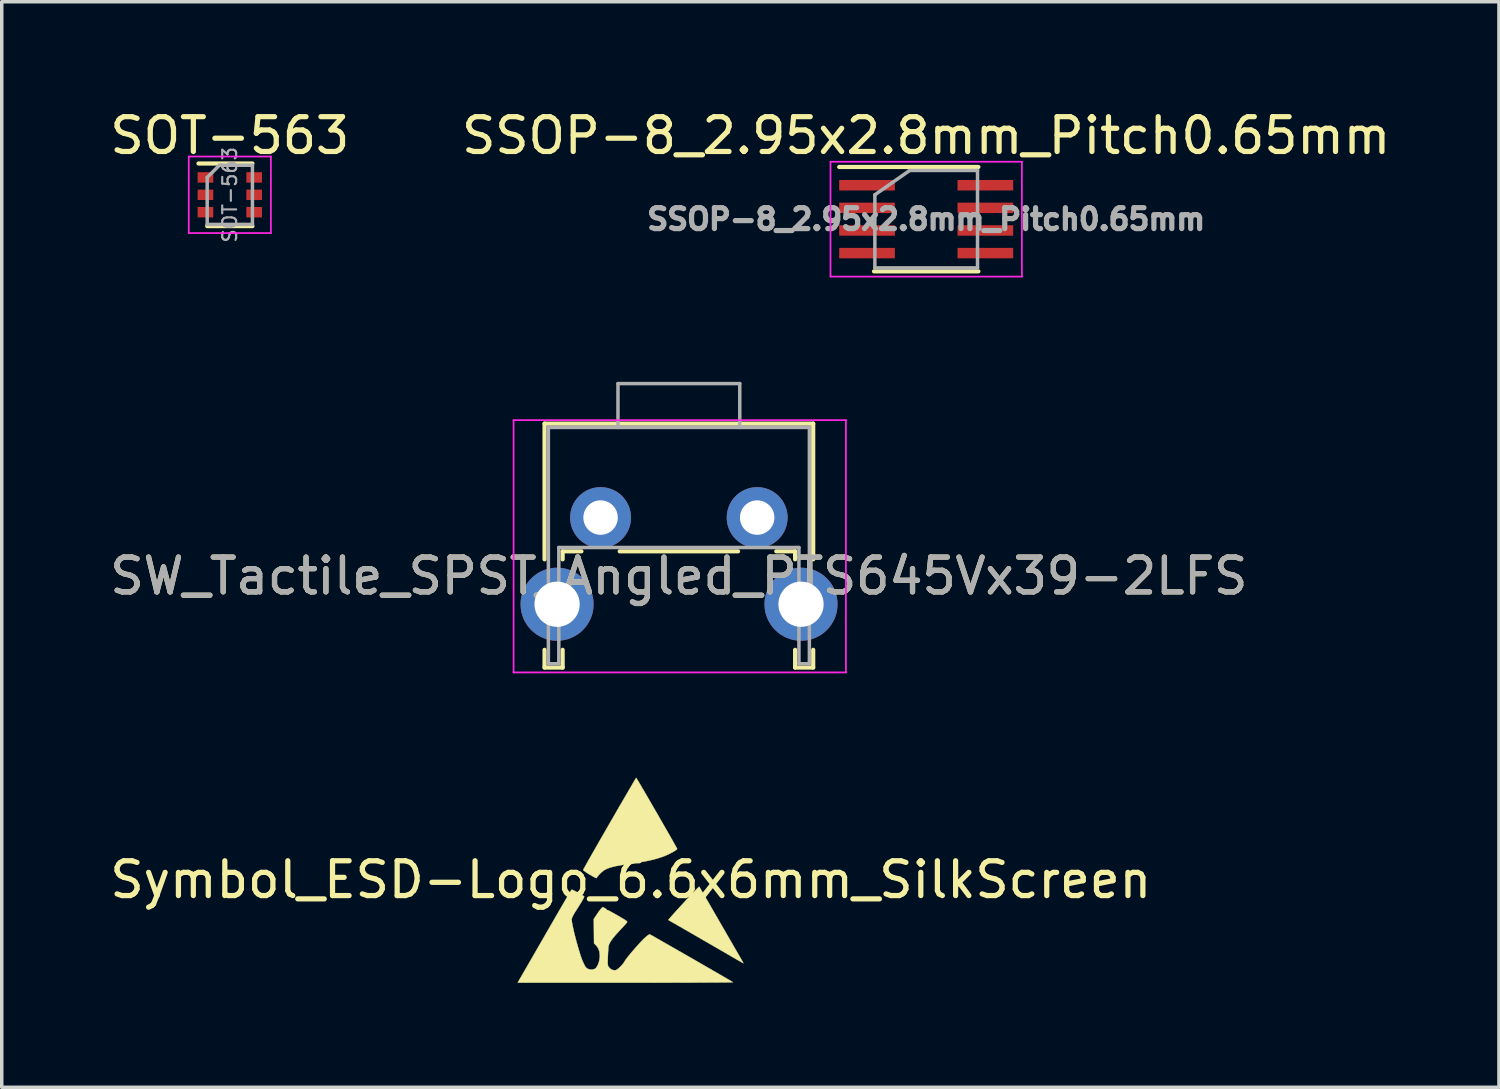
<source format=kicad_pcb>
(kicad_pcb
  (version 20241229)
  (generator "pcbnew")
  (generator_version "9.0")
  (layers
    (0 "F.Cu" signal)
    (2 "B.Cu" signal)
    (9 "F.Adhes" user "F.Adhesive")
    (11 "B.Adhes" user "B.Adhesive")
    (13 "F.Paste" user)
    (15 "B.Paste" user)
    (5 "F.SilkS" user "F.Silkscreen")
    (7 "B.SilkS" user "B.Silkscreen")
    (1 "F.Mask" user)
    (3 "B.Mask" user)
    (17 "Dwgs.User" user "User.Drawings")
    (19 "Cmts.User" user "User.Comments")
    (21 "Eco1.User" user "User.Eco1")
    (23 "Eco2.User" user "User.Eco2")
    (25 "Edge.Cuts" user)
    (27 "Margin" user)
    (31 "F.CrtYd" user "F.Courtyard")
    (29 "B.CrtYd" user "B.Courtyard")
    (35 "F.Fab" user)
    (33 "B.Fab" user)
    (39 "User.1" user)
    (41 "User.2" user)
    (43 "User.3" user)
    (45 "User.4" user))
  (footprint "Symbol_ESD-Logo_6.6x6mm_SilkScreen"
    (layer "F.Cu")
    (at 15.077 22.23)
    (property "Reference" "Symbol_ESD-Logo_6.6x6mm_SilkScreen" (at 0 0 0) (layer "F.SilkS") (effects (font (size 1 1) (thickness 0.15))))
    (attr exclude_from_pos_files exclude_from_bom)
    (fp_poly (pts (xy 1.988 0.235) (xy 1.999 0.254) (xy 2.024 0.297) (xy 2.063 0.364) (xy 2.113 0.45) (xy 2.174 0.555) (xy 2.244 0.675) (xy 2.321 0.809) (xy 2.405 0.955) (xy 2.495 1.11) (xy 2.587 1.27) (xy 2.681 1.433) (xy 2.771 1.59) (xy 2.857 1.738) (xy 2.936 1.874) (xy 3.007 1.998) (xy 3.069 2.105) (xy 3.121 2.195) (xy 3.161 2.265) (xy 3.189 2.313) (xy 3.202 2.335) (xy 3.223 2.372) (xy 3.234 2.396) (xy 3.235 2.4) (xy 3.221 2.392) (xy 3.182 2.37) (xy 3.12 2.335) (xy 3.038 2.288) (xy 2.937 2.23) (xy 2.82 2.162) (xy 2.688 2.085) (xy 2.543 2.002) (xy 2.387 1.912) (xy 2.223 1.817) (xy 2.161 1.781) (xy 1.993 1.684) (xy 1.834 1.592) (xy 1.684 1.505) (xy 1.546 1.426) (xy 1.422 1.354) (xy 1.314 1.292) (xy 1.223 1.24) (xy 1.153 1.2) (xy 1.104 1.172) (xy 1.08 1.158) (xy 1.077 1.157) (xy 1.085 1.145) (xy 1.111 1.114) (xy 1.153 1.066) (xy 1.208 1.004) (xy 1.274 0.93) (xy 1.347 0.849) (xy 1.426 0.763) (xy 1.508 0.674) (xy 1.589 0.586) (xy 1.668 0.502) (xy 1.741 0.423) (xy 1.807 0.354) (xy 1.862 0.298) (xy 1.903 0.256) (xy 1.917 0.242) (xy 1.964 0.198) (xy 1.988 0.235)) (stroke (width 0.01) (type solid)) (fill yes) (layer "F.SilkS"))
    (fp_poly (pts (xy 0.164 -2.914) (xy 0.187 -2.877) (xy 0.223 -2.817) (xy 0.269 -2.739) (xy 0.325 -2.643) (xy 0.389 -2.534) (xy 0.46 -2.412) (xy 0.536 -2.282) (xy 0.615 -2.144) (xy 0.697 -2.002) (xy 0.78 -1.859) (xy 0.862 -1.717) (xy 0.942 -1.577) (xy 1.018 -1.444) (xy 1.09 -1.319) (xy 1.155 -1.205) (xy 1.212 -1.105) (xy 1.259 -1.02) (xy 1.296 -0.954) (xy 1.321 -0.909) (xy 1.332 -0.888) (xy 1.332 -0.886) (xy 1.319 -0.868) (xy 1.281 -0.84) (xy 1.224 -0.805) (xy 1.152 -0.766) (xy 1.077 -0.729) (xy 0.975 -0.684) (xy 0.867 -0.644) (xy 0.75 -0.607) (xy 0.621 -0.573) (xy 0.475 -0.541) (xy 0.309 -0.51) (xy 0.119 -0.479) (xy -0.078 -0.45) (xy -0.248 -0.424) (xy -0.391 -0.399) (xy -0.511 -0.372) (xy -0.61 -0.344) (xy -0.693 -0.312) (xy -0.763 -0.275) (xy -0.823 -0.231) (xy -0.878 -0.181) (xy -0.896 -0.162) (xy -0.934 -0.119) (xy -0.962 -0.083) (xy -0.975 -0.062) (xy -0.976 -0.061) (xy -0.98 -0.05) (xy -0.996 -0.05) (xy -1.027 -0.062) (xy -1.075 -0.087) (xy -1.144 -0.126) (xy -1.193 -0.154) (xy -1.264 -0.199) (xy -1.32 -0.237) (xy -1.356 -0.266) (xy -1.369 -0.283) (xy -1.369 -0.283) (xy -1.361 -0.299) (xy -1.339 -0.34) (xy -1.304 -0.402) (xy -1.258 -0.485) (xy -1.201 -0.586) (xy -1.135 -0.702) (xy -1.061 -0.831) (xy -0.98 -0.972) (xy -0.895 -1.122) (xy -0.805 -1.278) (xy -0.713 -1.438) (xy -0.619 -1.601) (xy -0.525 -1.764) (xy -0.432 -1.925) (xy -0.342 -2.082) (xy -0.255 -2.231) (xy -0.173 -2.372) (xy -0.097 -2.502) (xy -0.029 -2.619) (xy 0.03 -2.72) (xy 0.079 -2.804) (xy 0.117 -2.868) (xy 0.143 -2.909) (xy 0.154 -2.927) (xy 0.155 -2.927) (xy 0.164 -2.914)) (stroke (width 0.01) (type solid)) (fill yes) (layer "F.SilkS"))
    (fp_poly (pts (xy -1.678 0.291) (xy -1.645 0.304) (xy -1.596 0.329) (xy -1.525 0.368) (xy -1.519 0.371) (xy -1.454 0.408) (xy -1.398 0.441) (xy -1.359 0.466) (xy -1.34 0.48) (xy -1.339 0.48) (xy -1.344 0.499) (xy -1.365 0.542) (xy -1.4 0.605) (xy -1.449 0.687) (xy -1.509 0.785) (xy -1.581 0.898) (xy -1.599 0.925) (xy -1.645 1.002) (xy -1.679 1.068) (xy -1.697 1.117) (xy -1.699 1.127) (xy -1.698 1.169) (xy -1.689 1.237) (xy -1.672 1.326) (xy -1.649 1.431) (xy -1.622 1.548) (xy -1.59 1.673) (xy -1.556 1.801) (xy -1.52 1.928) (xy -1.484 2.049) (xy -1.449 2.161) (xy -1.416 2.259) (xy -1.385 2.338) (xy -1.364 2.385) (xy -1.34 2.435) (xy -1.316 2.483) (xy -1.315 2.486) (xy -1.276 2.534) (xy -1.22 2.567) (xy -1.154 2.582) (xy -1.088 2.58) (xy -1.029 2.558) (xy -0.996 2.529) (xy -0.948 2.451) (xy -0.913 2.352) (xy -0.894 2.245) (xy -0.891 2.184) (xy -0.902 2.07) (xy -0.934 1.976) (xy -0.989 1.896) (xy -1.006 1.879) (xy -1.057 1.829) (xy -1.061 1.479) (xy -1.064 1.129) (xy -0.975 0.995) (xy -0.933 0.933) (xy -0.893 0.878) (xy -0.86 0.837) (xy -0.846 0.822) (xy -0.806 0.785) (xy -0.751 0.814) (xy -0.717 0.835) (xy -0.698 0.851) (xy -0.697 0.854) (xy -0.684 0.867) (xy -0.662 0.876) (xy -0.641 0.884) (xy -0.608 0.9) (xy -0.562 0.925) (xy -0.498 0.961) (xy -0.415 1.008) (xy -0.309 1.069) (xy -0.252 1.103) (xy -0.184 1.143) (xy -0.14 1.172) (xy -0.115 1.192) (xy -0.106 1.208) (xy -0.107 1.222) (xy -0.109 1.225) (xy -0.125 1.245) (xy -0.158 1.284) (xy -0.205 1.336) (xy -0.262 1.397) (xy -0.311 1.449) (xy -0.425 1.573) (xy -0.514 1.68) (xy -0.579 1.771) (xy -0.621 1.849) (xy -0.635 1.888) (xy -0.641 1.922) (xy -0.647 1.981) (xy -0.652 2.057) (xy -0.657 2.144) (xy -0.659 2.199) (xy -0.663 2.294) (xy -0.664 2.364) (xy -0.663 2.413) (xy -0.66 2.448) (xy -0.653 2.473) (xy -0.644 2.493) (xy -0.636 2.506) (xy -0.592 2.555) (xy -0.534 2.589) (xy -0.474 2.603) (xy -0.429 2.598) (xy -0.388 2.575) (xy -0.337 2.533) (xy -0.283 2.481) (xy -0.233 2.425) (xy -0.194 2.372) (xy -0.179 2.346) (xy -0.158 2.311) (xy -0.118 2.257) (xy -0.065 2.19) (xy -0.001 2.112) (xy 0.07 2.029) (xy 0.144 1.944) (xy 0.218 1.861) (xy 0.288 1.785) (xy 0.35 1.72) (xy 0.399 1.673) (xy 0.454 1.625) (xy 0.5 1.59) (xy 0.532 1.571) (xy 0.542 1.569) (xy 0.559 1.577) (xy 0.6 1.6) (xy 0.663 1.635) (xy 0.745 1.682) (xy 0.845 1.739) (xy 0.96 1.805) (xy 1.088 1.878) (xy 1.226 1.957) (xy 1.372 2.041) (xy 1.524 2.128) (xy 1.679 2.217) (xy 1.835 2.306) (xy 1.989 2.395) (xy 2.139 2.482) (xy 2.284 2.565) (xy 2.42 2.644) (xy 2.545 2.716) (xy 2.656 2.781) (xy 2.753 2.837) (xy 2.831 2.883) (xy 2.889 2.917) (xy 2.924 2.938) (xy 2.934 2.945) (xy 2.92 2.946) (xy 2.877 2.948) (xy 2.806 2.949) (xy 2.708 2.95) (xy 2.584 2.951) (xy 2.437 2.952) (xy 2.268 2.953) (xy 2.078 2.954) (xy 1.868 2.955) (xy 1.64 2.956) (xy 1.396 2.956) (xy 1.137 2.957) (xy 0.864 2.957) (xy 0.579 2.958) (xy 0.282 2.958) (xy -0.023 2.958) (xy -0.151 2.958) (xy -3.251 2.958) (xy -3.03 2.575) (xy -2.983 2.494) (xy -2.923 2.389) (xy -2.851 2.265) (xy -2.77 2.124) (xy -2.682 1.971) (xy -2.588 1.808) (xy -2.491 1.639) (xy -2.392 1.468) (xy -2.294 1.298) (xy -2.269 1.255) (xy -2.179 1.098) (xy -2.093 0.949) (xy -2.012 0.81) (xy -1.938 0.682) (xy -1.872 0.569) (xy -1.816 0.473) (xy -1.77 0.395) (xy -1.736 0.338) (xy -1.716 0.305) (xy -1.71 0.296) (xy -1.698 0.289) (xy -1.678 0.291)) (stroke (width 0.01) (type solid)) (fill yes) (layer "F.SilkS")))
  (footprint "SSOP-8_2.95x2.8mm_Pitch0.65mm"
    (layer "F.Cu")
    (at 23.565 3.248)
    (property "Reference" "SSOP-8_2.95x2.8mm_Pitch0.65mm" (at 0 -2.4 0) (layer "F.SilkS") (effects (font (size 1 1) (thickness 0.15))))
    (attr smd)
    (fp_line (start 1.5 -1.5) (end -2.5 -1.5) (stroke (width 0.12) (type solid)) (layer "F.SilkS"))
    (fp_line (start 1.5 1.5) (end -1.5 1.5) (stroke (width 0.12) (type solid)) (layer "F.SilkS"))
    (fp_line (start -2.75 -1.65) (end 2.75 -1.65) (stroke (width 0.05) (type solid)) (layer "F.CrtYd"))
    (fp_line (start -2.75 1.65) (end -2.75 -1.65) (stroke (width 0.05) (type solid)) (layer "F.CrtYd"))
    (fp_line (start 2.75 -1.65) (end 2.75 1.65) (stroke (width 0.05) (type solid)) (layer "F.CrtYd"))
    (fp_line (start 2.75 1.65) (end -2.75 1.65) (stroke (width 0.05) (type solid)) (layer "F.CrtYd"))
    (fp_line (start -1.475 1.4) (end -1.475 -0.7) (stroke (width 0.1) (type solid)) (layer "F.Fab"))
    (fp_line (start -0.475 -1.4) (end -1.475 -0.7) (stroke (width 0.1) (type solid)) (layer "F.Fab"))
    (fp_line (start -0.475 -1.4) (end 1.475 -1.4) (stroke (width 0.1) (type solid)) (layer "F.Fab"))
    (fp_line (start 1.475 -1.4) (end 1.475 1.4) (stroke (width 0.1) (type solid)) (layer "F.Fab"))
    (fp_line (start 1.475 1.4) (end -1.475 1.4) (stroke (width 0.1) (type solid)) (layer "F.Fab"))
    (fp_text user "${REFERENCE}" (at 0 0 0) (layer "F.Fab") (effects (font (size 0.6 0.6) (thickness 0.15))))
    (pad "1" smd rect (at -1.7 -0.975 270) (size 0.3 1.6) (layers "F.Cu" "F.Mask" "F.Paste"))
    (pad "2" smd rect (at -1.7 -0.325 270) (size 0.3 1.6) (layers "F.Cu" "F.Mask" "F.Paste"))
    (pad "3" smd rect (at -1.7 0.325 270) (size 0.3 1.6) (layers "F.Cu" "F.Mask" "F.Paste"))
    (pad "4" smd rect (at -1.7 0.975 270) (size 0.3 1.6) (layers "F.Cu" "F.Mask" "F.Paste"))
    (pad "5" smd rect (at 1.7 0.975 270) (size 0.3 1.6) (layers "F.Cu" "F.Mask" "F.Paste"))
    (pad "6" smd rect (at 1.7 0.325 270) (size 0.3 1.6) (layers "F.Cu" "F.Mask" "F.Paste"))
    (pad "7" smd rect (at 1.7 -0.325 270) (size 0.3 1.6) (layers "F.Cu" "F.Mask" "F.Paste"))
    (pad "8" smd rect (at 1.7 -0.975 270) (size 0.3 1.6) (layers "F.Cu" "F.Mask" "F.Paste")))
  (footprint "SOT-563"
    (layer "F.Cu")
    (at 3.554 2.548)
    (property "Reference" "SOT-563" (at 0 -1.7 0) (layer "F.SilkS") (effects (font (size 1 1) (thickness 0.15))))
    (attr smd)
    (fp_line (start -0.9 -0.9) (end 0.65 -0.9) (stroke (width 0.12) (type solid)) (layer "F.SilkS"))
    (fp_line (start 0.65 0.9) (end -0.65 0.9) (stroke (width 0.12) (type solid)) (layer "F.SilkS"))
    (fp_line (start -1.18 -1.1) (end -1.18 1.1) (stroke (width 0.05) (type solid)) (layer "F.CrtYd"))
    (fp_line (start -1.18 -1.1) (end 1.18 -1.1) (stroke (width 0.05) (type solid)) (layer "F.CrtYd"))
    (fp_line (start 1.18 1.1) (end -1.18 1.1) (stroke (width 0.05) (type solid)) (layer "F.CrtYd"))
    (fp_line (start 1.18 1.1) (end 1.18 -1.1) (stroke (width 0.05) (type solid)) (layer "F.CrtYd"))
    (fp_line (start -0.65 -0.5) (end -0.65 0.85) (stroke (width 0.1) (type solid)) (layer "F.Fab"))
    (fp_line (start -0.65 -0.5) (end -0.3 -0.85) (stroke (width 0.1) (type solid)) (layer "F.Fab"))
    (fp_line (start -0.65 0.85) (end 0.65 0.85) (stroke (width 0.1) (type solid)) (layer "F.Fab"))
    (fp_line (start 0.65 -0.85) (end -0.3 -0.85) (stroke (width 0.1) (type solid)) (layer "F.Fab"))
    (fp_line (start 0.65 0.85) (end 0.65 -0.85) (stroke (width 0.1) (type solid)) (layer "F.Fab"))
    (fp_text user "${REFERENCE}" (at 0 0 90) (layer "F.Fab") (effects (font (size 0.4 0.4) (thickness 0.062))))
    (pad "1" smd rect (at -0.7 -0.5) (size 0.45 0.3) (layers "F.Cu" "F.Mask" "F.Paste"))
    (pad "2" smd rect (at -0.7 0) (size 0.45 0.3) (layers "F.Cu" "F.Mask" "F.Paste"))
    (pad "3" smd rect (at -0.7 0.5) (size 0.45 0.3) (layers "F.Cu" "F.Mask" "F.Paste"))
    (pad "4" smd rect (at 0.7 0.5) (size 0.45 0.3) (layers "F.Cu" "F.Mask" "F.Paste"))
    (pad "5" smd rect (at 0.7 0) (size 0.45 0.3) (layers "F.Cu" "F.Mask" "F.Paste"))
    (pad "6" smd rect (at 0.7 -0.5) (size 0.45 0.3) (layers "F.Cu" "F.Mask" "F.Paste")))
  (footprint "SW_Tactile_SPST_Angled_PTS645Vx39-2LFS"
    (layer "F.Cu")
    (at 14.208 11.823)
    (property "Reference" "SW_Tactile_SPST_Angled_PTS645Vx39-2LFS" (at 2.25 1.68 0) (layer "F.SilkS") (effects (font (size 1 1) (thickness 0.15))))
    (attr through_hole)
    (fp_line (start -1.61 -2.7) (end -1.61 1.2) (stroke (width 0.12) (type solid)) (layer "F.SilkS"))
    (fp_line (start -1.61 -2.7) (end 6.11 -2.7) (stroke (width 0.12) (type solid)) (layer "F.SilkS"))
    (fp_line (start -1.61 3.8) (end -1.61 4.31) (stroke (width 0.12) (type solid)) (layer "F.SilkS"))
    (fp_line (start -1.61 4.31) (end -1.09 4.31) (stroke (width 0.12) (type solid)) (layer "F.SilkS"))
    (fp_line (start -1.09 0.97) (end -1.09 1.2) (stroke (width 0.12) (type solid)) (layer "F.SilkS"))
    (fp_line (start -1.09 0.97) (end -0.55 0.97) (stroke (width 0.12) (type solid)) (layer "F.SilkS"))
    (fp_line (start -1.09 3.8) (end -1.09 4.31) (stroke (width 0.12) (type solid)) (layer "F.SilkS"))
    (fp_line (start 0.55 0.97) (end 3.95 0.97) (stroke (width 0.12) (type solid)) (layer "F.SilkS"))
    (fp_line (start 5.05 0.97) (end 5.59 0.97) (stroke (width 0.12) (type solid)) (layer "F.SilkS"))
    (fp_line (start 5.59 0.97) (end 5.59 1.2) (stroke (width 0.12) (type solid)) (layer "F.SilkS"))
    (fp_line (start 5.59 3.8) (end 5.59 4.31) (stroke (width 0.12) (type solid)) (layer "F.SilkS"))
    (fp_line (start 5.59 4.31) (end 6.11 4.31) (stroke (width 0.12) (type solid)) (layer "F.SilkS"))
    (fp_line (start 6.11 -2.7) (end 6.11 1.2) (stroke (width 0.12) (type solid)) (layer "F.SilkS"))
    (fp_line (start 6.11 3.8) (end 6.11 4.31) (stroke (width 0.12) (type solid)) (layer "F.SilkS"))
    (fp_line (start -2.5 -2.8) (end 7.05 -2.8) (stroke (width 0.05) (type solid)) (layer "F.CrtYd"))
    (fp_line (start -2.5 4.45) (end -2.5 -2.8) (stroke (width 0.05) (type solid)) (layer "F.CrtYd"))
    (fp_line (start 7.05 -2.8) (end 7.05 4.45) (stroke (width 0.05) (type solid)) (layer "F.CrtYd"))
    (fp_line (start 7.05 4.45) (end -2.5 4.45) (stroke (width 0.05) (type solid)) (layer "F.CrtYd"))
    (fp_line (start -1.5 -2.59) (end 6 -2.59) (stroke (width 0.1) (type solid)) (layer "F.Fab"))
    (fp_line (start -1.5 4.2) (end -1.5 -2.59) (stroke (width 0.1) (type solid)) (layer "F.Fab"))
    (fp_line (start -1.5 4.2) (end -1.2 4.2) (stroke (width 0.1) (type solid)) (layer "F.Fab"))
    (fp_line (start -1.2 0.86) (end 5.7 0.86) (stroke (width 0.1) (type solid)) (layer "F.Fab"))
    (fp_line (start -1.2 4.2) (end -1.2 0.86) (stroke (width 0.1) (type solid)) (layer "F.Fab"))
    (fp_line (start 0.5 -3.85) (end 0.5 -2.59) (stroke (width 0.1) (type solid)) (layer "F.Fab"))
    (fp_line (start 0.5 -3.85) (end 4 -3.85) (stroke (width 0.1) (type solid)) (layer "F.Fab"))
    (fp_line (start 4 -3.85) (end 4 -2.59) (stroke (width 0.1) (type solid)) (layer "F.Fab"))
    (fp_line (start 5.7 4.2) (end 5.7 0.86) (stroke (width 0.1) (type solid)) (layer "F.Fab"))
    (fp_line (start 5.7 4.2) (end 6 4.2) (stroke (width 0.1) (type solid)) (layer "F.Fab"))
    (fp_line (start 6 4.2) (end 6 -2.59) (stroke (width 0.1) (type solid)) (layer "F.Fab"))
    (fp_text user "${REFERENCE}" (at 2.25 1.68 0) (layer "F.Fab") (effects (font (size 1 1) (thickness 0.15))))
    (pad "" thru_hole circle (at -1.25 2.49) (size 2.1 2.1) (drill 1.3) (layers "*.Cu" "*.Mask"))
    (pad "" thru_hole circle (at 5.76 2.49) (size 2.1 2.1) (drill 1.3) (layers "*.Cu" "*.Mask"))
    (pad "1" thru_hole circle (at 0 0) (size 1.75 1.75) (drill 0.99) (layers "*.Cu" "*.Mask"))
    (pad "2" thru_hole circle (at 4.5 0) (size 1.75 1.75) (drill 0.99) (layers "*.Cu" "*.Mask")))
  (gr_rect
    (start -3 -3)
    (end 40.024 28.194)
    (stroke (width 0.1) (type default))
    (fill no)
    (layer "Edge.Cuts")))
</source>
